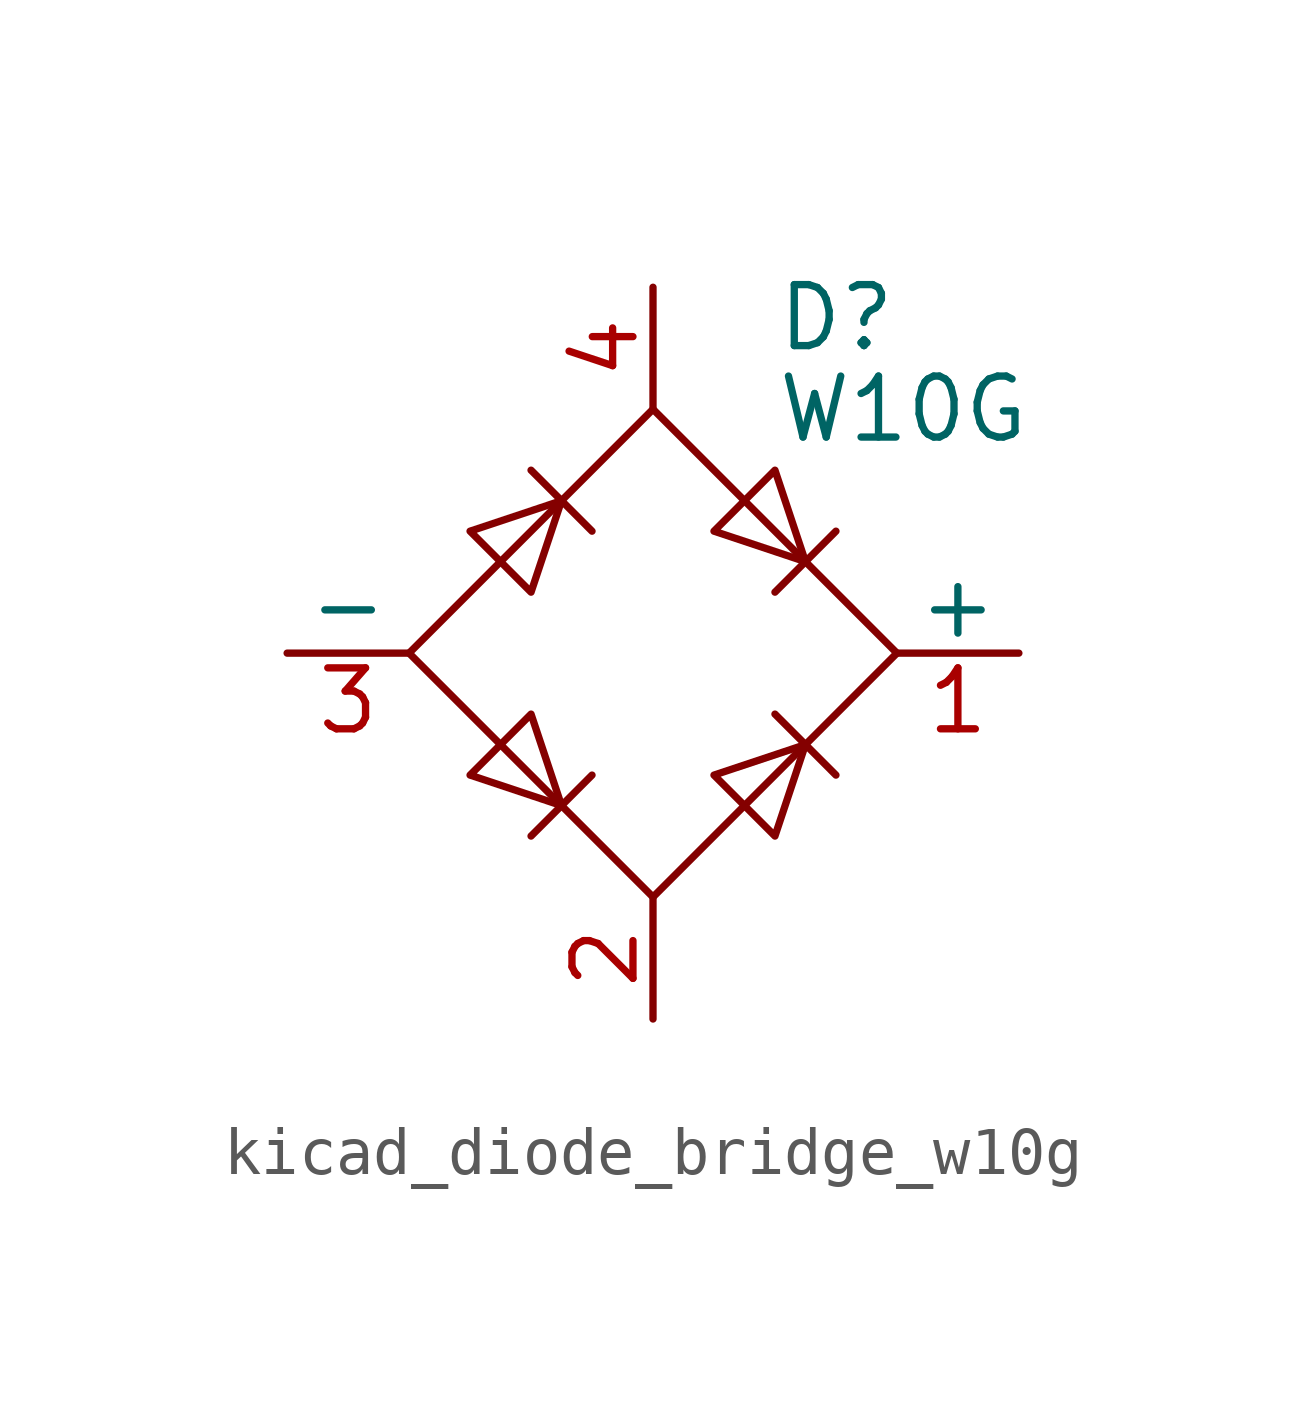
<source format=kicad_sym>
(kicad_symbol_lib
  (version 20220914)
  (generator kicad_symbol_editor)
  (symbol "kicad_diode_bridge_w10g"
    (pin_names
      (offset 0))
    (property "Reference" "D"
      (at 2.54 6.985 0)
      (effects (font (size 1.27 1.27)) (justify left)))
    (property "Value" "W10G"
      (at 2.54 5.08 0)
      (effects (font (size 1.27 1.27)) (justify left)))
    (symbol "kicad_diode_bridge_w10g_0_1"
      (polyline (pts (xy -2.54 3.81) (xy -1.27 2.54)) (stroke (width 0) (type default)) (fill (type none)))
      (polyline (pts (xy -1.27 -2.54) (xy -2.54 -3.81)) (stroke (width 0) (type default)) (fill (type none)))
      (polyline (pts (xy 2.54 -1.27) (xy 3.81 -2.54)) (stroke (width 0) (type default)) (fill (type none)))
      (polyline (pts (xy 2.54 1.27) (xy 3.81 2.54)) (stroke (width 0) (type default)) (fill (type none)))
      (polyline (pts (xy -3.81 2.54) (xy -2.54 1.27) (xy -1.905 3.175) (xy -3.81 2.54)) (stroke (width 0) (type default)) (fill (type none)))
      (polyline (pts (xy -2.54 -1.27) (xy -3.81 -2.54) (xy -1.905 -3.175) (xy -2.54 -1.27)) (stroke (width 0) (type default)) (fill (type none)))
      (polyline (pts (xy 1.27 2.54) (xy 2.54 3.81) (xy 3.175 1.905) (xy 1.27 2.54)) (stroke (width 0) (type default)) (fill (type none)))
      (polyline (pts (xy 3.175 -1.905) (xy 1.27 -2.54) (xy 2.54 -3.81) (xy 3.175 -1.905)) (stroke (width 0) (type default)) (fill (type none)))
      (polyline (pts (xy -5.08 0) (xy 0 -5.08) (xy 5.08 0) (xy 0 5.08) (xy -5.08 0)) (stroke (width 0) (type default)) (fill (type none))))
    (symbol "kicad_diode_bridge_w10g_1_1"
      (pin passive line (at 7.62 0 180) (length 2.54) (name "+" (effects (font (size 1.27 1.27)))) (number "1" (effects (font (size 1.27 1.27)))))
      (pin passive line (at 0 -7.62 90) (length 2.54) (name "~" (effects (font (size 1.27 1.27)))) (number "2" (effects (font (size 1.27 1.27)))))
      (pin passive line (at -7.62 0 0) (length 2.54) (name "-" (effects (font (size 1.27 1.27)))) (number "3" (effects (font (size 1.27 1.27)))))
      (pin passive line (at 0 7.62 270) (length 2.54) (name "~" (effects (font (size 1.27 1.27)))) (number "4" (effects (font (size 1.27 1.27))))))))
</source>
